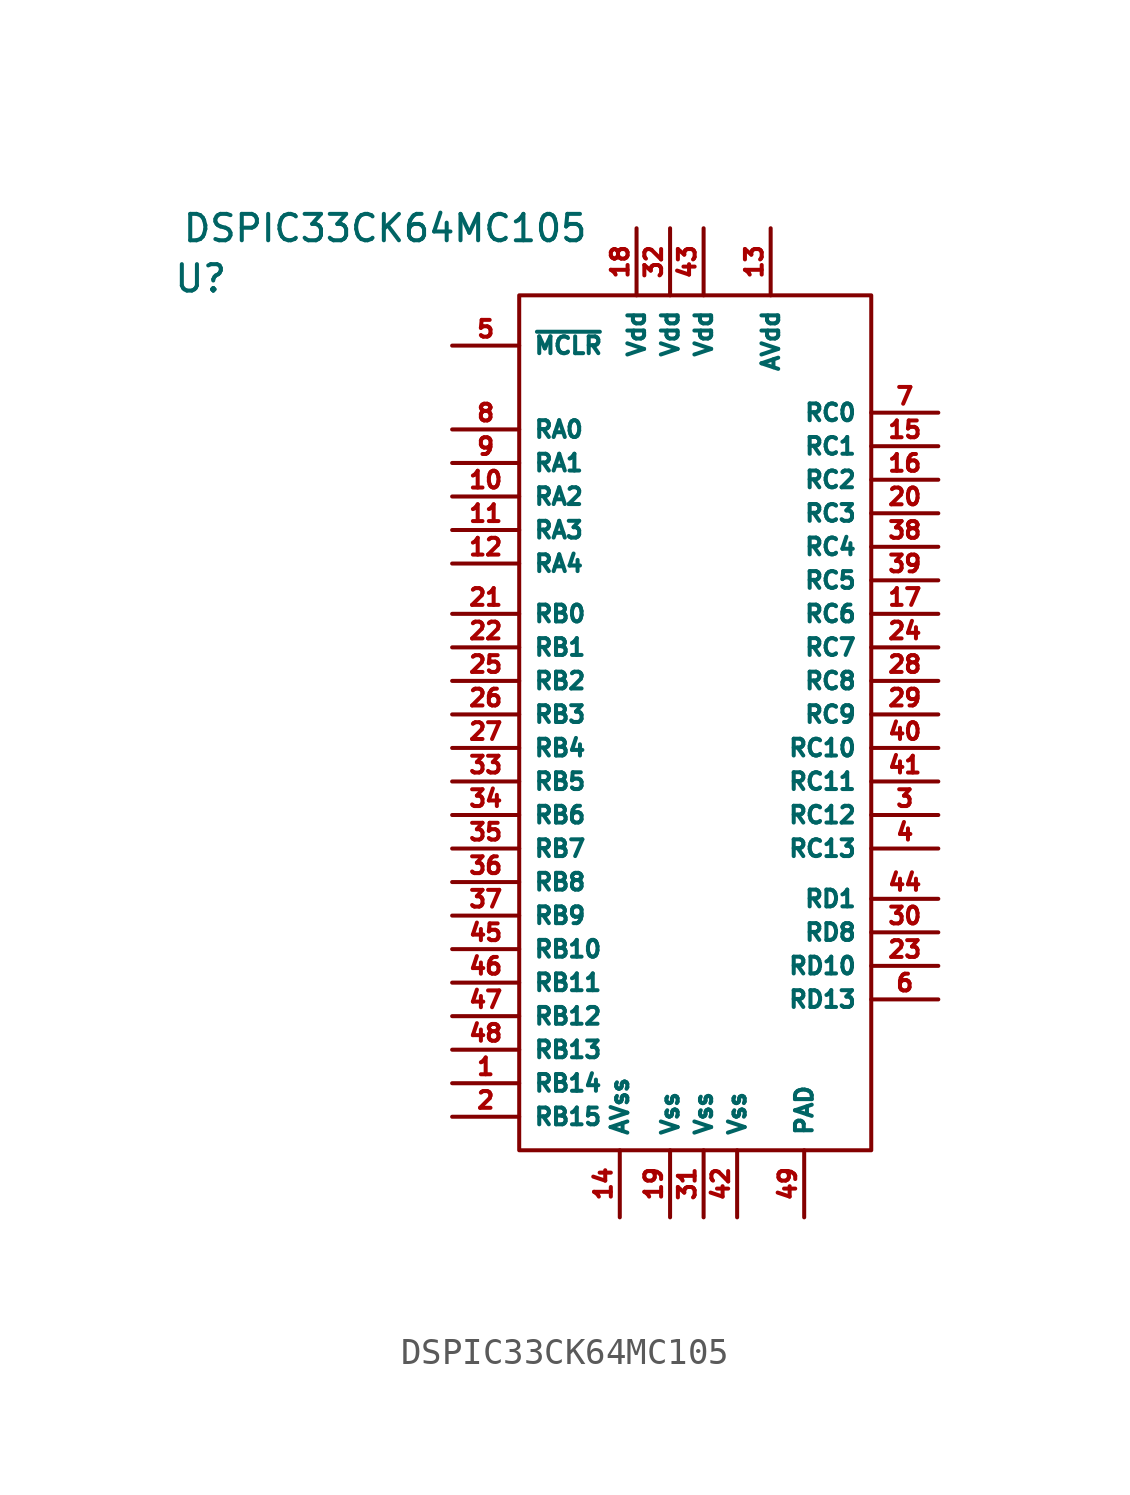
<source format=kicad_sym>
(kicad_symbol_lib
  (version 20211014)
  (generator kicad_symbol_editor)
  (symbol "DSPIC33CK64MC105"
    (property "Reference" "U"
      (at -19.05 15.875 0)
      (effects (font (size 1 1))))
    (property "Value" "DSPIC33CK64MC105"
      (at -12.065 17.78 0)
      (effects (font (size 1 1))))
    (symbol "DSPIC33CK64MC105_0_1"
      (rectangle (start -6.985 15.24) (end 6.35 -17.145) (stroke (width 0.152) (type default) (color 0 0 0 0)) (fill (type none))))
    (symbol "DSPIC33CK64MC105_1_1"
      (pin bidirectional line (at -9.525 -14.605 0) (length 2.54) (name "RB14" (effects (font (size 0.635 0.635)))) (number "1" (effects (font (size 0.635 0.635)))))
      (pin bidirectional line (at -9.525 7.62 0) (length 2.54) (name "RA2" (effects (font (size 0.635 0.635)))) (number "10" (effects (font (size 0.635 0.635)))))
      (pin bidirectional line (at -9.525 6.35 0) (length 2.54) (name "RA3" (effects (font (size 0.635 0.635)))) (number "11" (effects (font (size 0.635 0.635)))))
      (pin bidirectional line (at -9.525 5.08 0) (length 2.54) (name "RA4" (effects (font (size 0.635 0.635)))) (number "12" (effects (font (size 0.635 0.635)))))
      (pin power_in line (at 2.54 17.78 270) (length 2.54) (name "AVdd" (effects (font (size 0.635 0.635)))) (number "13" (effects (font (size 0.635 0.635)))))
      (pin power_in line (at -3.175 -19.685 90) (length 2.54) (name "AVss" (effects (font (size 0.635 0.635)))) (number "14" (effects (font (size 0.635 0.635)))))
      (pin bidirectional line (at 8.89 9.525 180) (length 2.54) (name "RC1" (effects (font (size 0.635 0.635)))) (number "15" (effects (font (size 0.635 0.635)))))
      (pin bidirectional line (at 8.89 8.255 180) (length 2.54) (name "RC2" (effects (font (size 0.635 0.635)))) (number "16" (effects (font (size 0.635 0.635)))))
      (pin bidirectional line (at 8.89 3.175 180) (length 2.54) (name "RC6" (effects (font (size 0.635 0.635)))) (number "17" (effects (font (size 0.635 0.635)))))
      (pin power_in line (at -2.54 17.78 270) (length 2.54) (name "Vdd" (effects (font (size 0.635 0.635)))) (number "18" (effects (font (size 0.635 0.635)))))
      (pin power_in line (at -1.27 -19.685 90) (length 2.54) (name "Vss" (effects (font (size 0.635 0.635)))) (number "19" (effects (font (size 0.635 0.635)))))
      (pin bidirectional line (at -9.525 -15.875 0) (length 2.54) (name "RB15" (effects (font (size 0.635 0.635)))) (number "2" (effects (font (size 0.635 0.635)))))
      (pin bidirectional line (at 8.89 6.985 180) (length 2.54) (name "RC3" (effects (font (size 0.635 0.635)))) (number "20" (effects (font (size 0.635 0.635)))))
      (pin bidirectional line (at -9.525 3.175 0) (length 2.54) (name "RB0" (effects (font (size 0.635 0.635)))) (number "21" (effects (font (size 0.635 0.635)))))
      (pin bidirectional line (at -9.525 1.905 0) (length 2.54) (name "RB1" (effects (font (size 0.635 0.635)))) (number "22" (effects (font (size 0.635 0.635)))))
      (pin bidirectional line (at 8.89 -10.16 180) (length 2.54) (name "RD10" (effects (font (size 0.635 0.635)))) (number "23" (effects (font (size 0.635 0.635)))))
      (pin bidirectional line (at 8.89 1.905 180) (length 2.54) (name "RC7" (effects (font (size 0.635 0.635)))) (number "24" (effects (font (size 0.635 0.635)))))
      (pin bidirectional line (at -9.525 0.635 0) (length 2.54) (name "RB2" (effects (font (size 0.635 0.635)))) (number "25" (effects (font (size 0.635 0.635)))))
      (pin bidirectional line (at -9.525 -0.635 0) (length 2.54) (name "RB3" (effects (font (size 0.635 0.635)))) (number "26" (effects (font (size 0.635 0.635)))))
      (pin bidirectional line (at -9.525 -1.905 0) (length 2.54) (name "RB4" (effects (font (size 0.635 0.635)))) (number "27" (effects (font (size 0.635 0.635)))))
      (pin bidirectional line (at 8.89 0.635 180) (length 2.54) (name "RC8" (effects (font (size 0.635 0.635)))) (number "28" (effects (font (size 0.635 0.635)))))
      (pin bidirectional line (at 8.89 -0.635 180) (length 2.54) (name "RC9" (effects (font (size 0.635 0.635)))) (number "29" (effects (font (size 0.635 0.635)))))
      (pin bidirectional line (at 8.89 -4.445 180) (length 2.54) (name "RC12" (effects (font (size 0.635 0.635)))) (number "3" (effects (font (size 0.635 0.635)))))
      (pin bidirectional line (at 8.89 -8.89 180) (length 2.54) (name "RD8" (effects (font (size 0.635 0.635)))) (number "30" (effects (font (size 0.635 0.635)))))
      (pin power_in line (at 0 -19.685 90) (length 2.54) (name "Vss" (effects (font (size 0.635 0.635)))) (number "31" (effects (font (size 0.635 0.635)))))
      (pin power_in line (at -1.27 17.78 270) (length 2.54) (name "Vdd" (effects (font (size 0.635 0.635)))) (number "32" (effects (font (size 0.635 0.635)))))
      (pin bidirectional line (at -9.525 -3.175 0) (length 2.54) (name "RB5" (effects (font (size 0.635 0.635)))) (number "33" (effects (font (size 0.635 0.635)))))
      (pin bidirectional line (at -9.525 -4.445 0) (length 2.54) (name "RB6" (effects (font (size 0.635 0.635)))) (number "34" (effects (font (size 0.635 0.635)))))
      (pin bidirectional line (at -9.525 -5.715 0) (length 2.54) (name "RB7" (effects (font (size 0.635 0.635)))) (number "35" (effects (font (size 0.635 0.635)))))
      (pin bidirectional line (at -9.525 -6.985 0) (length 2.54) (name "RB8" (effects (font (size 0.635 0.635)))) (number "36" (effects (font (size 0.635 0.635)))))
      (pin bidirectional line (at -9.525 -8.255 0) (length 2.54) (name "RB9" (effects (font (size 0.635 0.635)))) (number "37" (effects (font (size 0.635 0.635)))))
      (pin bidirectional line (at 8.89 5.715 180) (length 2.54) (name "RC4" (effects (font (size 0.635 0.635)))) (number "38" (effects (font (size 0.635 0.635)))))
      (pin bidirectional line (at 8.89 4.445 180) (length 2.54) (name "RC5" (effects (font (size 0.635 0.635)))) (number "39" (effects (font (size 0.635 0.635)))))
      (pin bidirectional line (at 8.89 -5.715 180) (length 2.54) (name "RC13" (effects (font (size 0.635 0.635)))) (number "4" (effects (font (size 0.635 0.635)))))
      (pin bidirectional line (at 8.89 -1.905 180) (length 2.54) (name "RC10" (effects (font (size 0.635 0.635)))) (number "40" (effects (font (size 0.635 0.635)))))
      (pin bidirectional line (at 8.89 -3.175 180) (length 2.54) (name "RC11" (effects (font (size 0.635 0.635)))) (number "41" (effects (font (size 0.635 0.635)))))
      (pin power_in line (at 1.27 -19.685 90) (length 2.54) (name "Vss" (effects (font (size 0.635 0.635)))) (number "42" (effects (font (size 0.635 0.635)))))
      (pin power_in line (at 0 17.78 270) (length 2.54) (name "Vdd" (effects (font (size 0.635 0.635)))) (number "43" (effects (font (size 0.635 0.635)))))
      (pin bidirectional line (at 8.89 -7.62 180) (length 2.54) (name "RD1" (effects (font (size 0.635 0.635)))) (number "44" (effects (font (size 0.635 0.635)))))
      (pin bidirectional line (at -9.525 -9.525 0) (length 2.54) (name "RB10" (effects (font (size 0.635 0.635)))) (number "45" (effects (font (size 0.635 0.635)))))
      (pin bidirectional line (at -9.525 -10.795 0) (length 2.54) (name "RB11" (effects (font (size 0.635 0.635)))) (number "46" (effects (font (size 0.635 0.635)))))
      (pin bidirectional line (at -9.525 -12.065 0) (length 2.54) (name "RB12" (effects (font (size 0.635 0.635)))) (number "47" (effects (font (size 0.635 0.635)))))
      (pin bidirectional line (at -9.525 -13.335 0) (length 2.54) (name "RB13" (effects (font (size 0.635 0.635)))) (number "48" (effects (font (size 0.635 0.635)))))
      (pin power_in line (at 3.81 -19.685 90) (length 2.54) (name "PAD" (effects (font (size 0.635 0.635)))) (number "49" (effects (font (size 0.635 0.635)))))
      (pin input line (at -9.525 13.335 0) (length 2.54) (name "~{MCLR}" (effects (font (size 0.635 0.635)))) (number "5" (effects (font (size 0.635 0.635)))))
      (pin bidirectional line (at 8.89 -11.43 180) (length 2.54) (name "RD13" (effects (font (size 0.635 0.635)))) (number "6" (effects (font (size 0.635 0.635)))))
      (pin bidirectional line (at 8.89 10.795 180) (length 2.54) (name "RC0" (effects (font (size 0.635 0.635)))) (number "7" (effects (font (size 0.635 0.635)))))
      (pin bidirectional line (at -9.525 10.16 0) (length 2.54) (name "RA0" (effects (font (size 0.635 0.635)))) (number "8" (effects (font (size 0.635 0.635)))))
      (pin bidirectional line (at -9.525 8.89 0) (length 2.54) (name "RA1" (effects (font (size 0.635 0.635)))) (number "9" (effects (font (size 0.635 0.635))))))))
</source>
